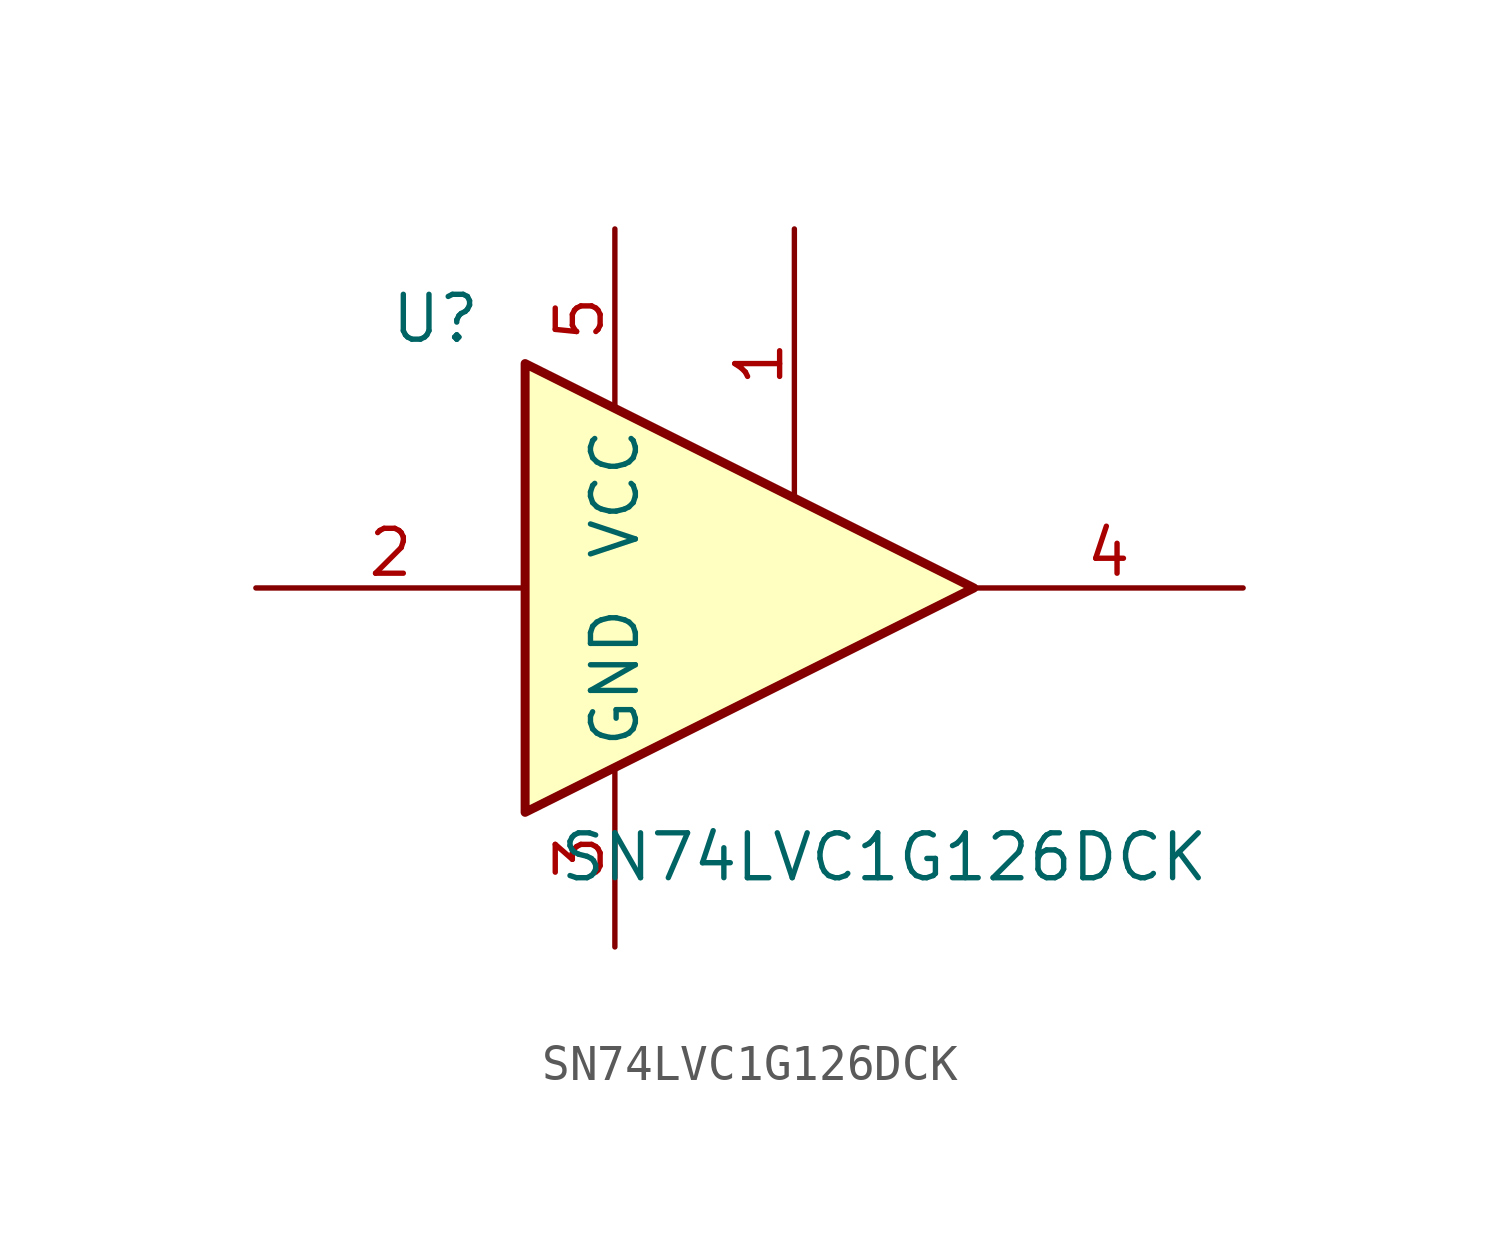
<source format=kicad_sym>
(kicad_symbol_lib
  (version 20231120)
  (generator "kicad_symbol_editor")
  (generator_version "8.0")
  (symbol "SN74LVC1G126DCK"
    (property "Reference" "U"
      (at -10.16 7.62 0)
      (effects (font (size 1.27 1.27))))
    (property "Value" "SN74LVC1G126DCK"
      (at 2.54 -7.62 0)
      (effects (font (size 1.27 1.27))))
    (symbol "SN74LVC1G126DCK_0_1"
      (polyline (pts (xy -7.62 6.35) (xy -7.62 -6.35) (xy 5.08 0) (xy -7.62 6.35)) (stroke (width 0.254) (type default)) (fill (type background))))
    (symbol "SN74LVC1G126DCK_1_1"
      (pin input line (at 0 10.16 270) (length 7.62) (name "~" (effects (font (size 1.27 1.27)))) (number "1" (effects (font (size 1.27 1.27)))))
      (pin input line (at -15.24 0 0) (length 7.62) (name "~" (effects (font (size 1.27 1.27)))) (number "2" (effects (font (size 1.27 1.27)))))
      (pin power_in line (at -5.08 -10.16 90) (length 5.08) (name "GND" (effects (font (size 1.27 1.27)))) (number "3" (effects (font (size 1.27 1.27)))))
      (pin tri_state line (at 12.7 0 180) (length 7.62) (name "~" (effects (font (size 1.27 1.27)))) (number "4" (effects (font (size 1.27 1.27)))))
      (pin power_in line (at -5.08 10.16 270) (length 5.08) (name "VCC" (effects (font (size 1.27 1.27)))) (number "5" (effects (font (size 1.27 1.27))))))))
</source>
